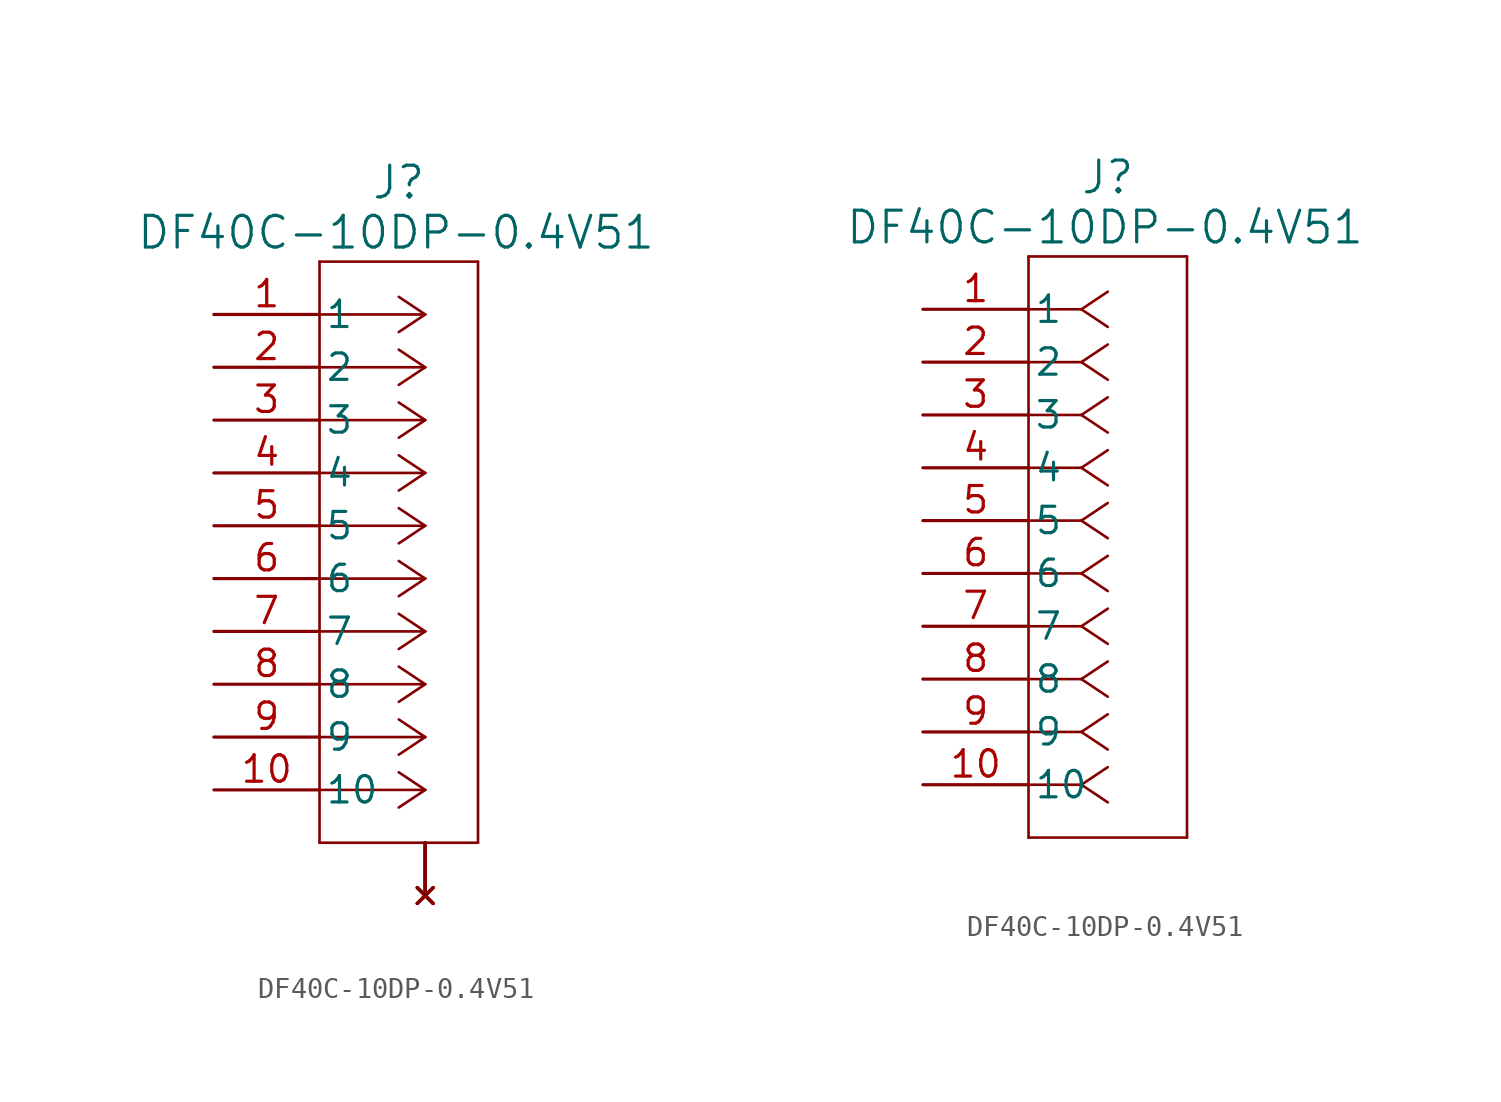
<source format=kicad_sym>
(kicad_symbol_lib
  (version 20231120)
  (generator "kicad_symbol_editor")
  (generator_version "8.0")
  (symbol "DF40C-10DP-0.4V51"
    (pin_names
      (offset 0.254))
    (property "Reference" "J"
      (at 8.89 6.35 0)
      (effects (font (size 1.524 1.524))))
    (property "Value" "DF40C-10DP-0.4V51"
      (at 8.757 3.939 0)
      (effects (font (size 1.524 1.524))))
    (property "ki_locked" ""
      (at 0 0 0)
      (effects (font (size 1.27 1.27))))
    (symbol "DF40C-10DP-0.4V51_1_1"
      (polyline (pts (xy 5.08 -25.4) (xy 12.7 -25.4)) (stroke (width 0.127) (type default)) (fill (type none)))
      (polyline (pts (xy 5.08 2.54) (xy 5.08 -25.4)) (stroke (width 0.127) (type default)) (fill (type none)))
      (polyline (pts (xy 10.16 -22.86) (xy 5.08 -22.86)) (stroke (width 0.127) (type default)) (fill (type none)))
      (polyline (pts (xy 10.16 -22.86) (xy 8.89 -23.707)) (stroke (width 0.127) (type default)) (fill (type none)))
      (polyline (pts (xy 10.16 -22.86) (xy 8.89 -22.013)) (stroke (width 0.127) (type default)) (fill (type none)))
      (polyline (pts (xy 10.16 -20.32) (xy 5.08 -20.32)) (stroke (width 0.127) (type default)) (fill (type none)))
      (polyline (pts (xy 10.16 -20.32) (xy 8.89 -21.167)) (stroke (width 0.127) (type default)) (fill (type none)))
      (polyline (pts (xy 10.16 -20.32) (xy 8.89 -19.473)) (stroke (width 0.127) (type default)) (fill (type none)))
      (polyline (pts (xy 10.16 -17.78) (xy 5.08 -17.78)) (stroke (width 0.127) (type default)) (fill (type none)))
      (polyline (pts (xy 10.16 -17.78) (xy 8.89 -18.627)) (stroke (width 0.127) (type default)) (fill (type none)))
      (polyline (pts (xy 10.16 -17.78) (xy 8.89 -16.933)) (stroke (width 0.127) (type default)) (fill (type none)))
      (polyline (pts (xy 10.16 -15.24) (xy 5.08 -15.24)) (stroke (width 0.127) (type default)) (fill (type none)))
      (polyline (pts (xy 10.16 -15.24) (xy 8.89 -16.087)) (stroke (width 0.127) (type default)) (fill (type none)))
      (polyline (pts (xy 10.16 -15.24) (xy 8.89 -14.393)) (stroke (width 0.127) (type default)) (fill (type none)))
      (polyline (pts (xy 10.16 -12.7) (xy 5.08 -12.7)) (stroke (width 0.127) (type default)) (fill (type none)))
      (polyline (pts (xy 10.16 -12.7) (xy 8.89 -13.547)) (stroke (width 0.127) (type default)) (fill (type none)))
      (polyline (pts (xy 10.16 -12.7) (xy 8.89 -11.853)) (stroke (width 0.127) (type default)) (fill (type none)))
      (polyline (pts (xy 10.16 -10.16) (xy 5.08 -10.16)) (stroke (width 0.127) (type default)) (fill (type none)))
      (polyline (pts (xy 10.16 -10.16) (xy 8.89 -11.007)) (stroke (width 0.127) (type default)) (fill (type none)))
      (polyline (pts (xy 10.16 -10.16) (xy 8.89 -9.313)) (stroke (width 0.127) (type default)) (fill (type none)))
      (polyline (pts (xy 10.16 -7.62) (xy 5.08 -7.62)) (stroke (width 0.127) (type default)) (fill (type none)))
      (polyline (pts (xy 10.16 -7.62) (xy 8.89 -8.467)) (stroke (width 0.127) (type default)) (fill (type none)))
      (polyline (pts (xy 10.16 -7.62) (xy 8.89 -6.773)) (stroke (width 0.127) (type default)) (fill (type none)))
      (polyline (pts (xy 10.16 -5.08) (xy 5.08 -5.08)) (stroke (width 0.127) (type default)) (fill (type none)))
      (polyline (pts (xy 10.16 -5.08) (xy 8.89 -5.927)) (stroke (width 0.127) (type default)) (fill (type none)))
      (polyline (pts (xy 10.16 -5.08) (xy 8.89 -4.233)) (stroke (width 0.127) (type default)) (fill (type none)))
      (polyline (pts (xy 10.16 -2.54) (xy 5.08 -2.54)) (stroke (width 0.127) (type default)) (fill (type none)))
      (polyline (pts (xy 10.16 -2.54) (xy 8.89 -3.387)) (stroke (width 0.127) (type default)) (fill (type none)))
      (polyline (pts (xy 10.16 -2.54) (xy 8.89 -1.693)) (stroke (width 0.127) (type default)) (fill (type none)))
      (polyline (pts (xy 10.16 0) (xy 5.08 0)) (stroke (width 0.127) (type default)) (fill (type none)))
      (polyline (pts (xy 10.16 0) (xy 8.89 -0.847)) (stroke (width 0.127) (type default)) (fill (type none)))
      (polyline (pts (xy 10.16 0) (xy 8.89 0.847)) (stroke (width 0.127) (type default)) (fill (type none)))
      (polyline (pts (xy 12.7 -25.4) (xy 12.7 2.54)) (stroke (width 0.127) (type default)) (fill (type none)))
      (polyline (pts (xy 12.7 2.54) (xy 5.08 2.54)) (stroke (width 0.127) (type default)) (fill (type none)))
      (pin no_connect line (at 10.16 -27.94 90) (length 2.54) (name "" (effects (font (size 1.27 1.27)))) (number "" (effects (font (size 1.27 1.27)))))
      (pin no_connect line (at 10.16 -27.94 90) (length 2.54) (name "" (effects (font (size 1.27 1.27)))) (number "" (effects (font (size 1.27 1.27)))))
      (pin no_connect line (at 10.16 -27.94 90) (length 2.54) (name "" (effects (font (size 1.27 1.27)))) (number "" (effects (font (size 1.27 1.27)))))
      (pin no_connect line (at 10.16 -27.94 90) (length 2.54) (name "" (effects (font (size 1.27 1.27)))) (number "" (effects (font (size 1.27 1.27)))))
      (pin unspecified line (at 0 0 0) (length 5.08) (name "1" (effects (font (size 1.27 1.27)))) (number "1" (effects (font (size 1.27 1.27)))))
      (pin unspecified line (at 0 -22.86 0) (length 5.08) (name "10" (effects (font (size 1.27 1.27)))) (number "10" (effects (font (size 1.27 1.27)))))
      (pin unspecified line (at 0 -2.54 0) (length 5.08) (name "2" (effects (font (size 1.27 1.27)))) (number "2" (effects (font (size 1.27 1.27)))))
      (pin unspecified line (at 0 -5.08 0) (length 5.08) (name "3" (effects (font (size 1.27 1.27)))) (number "3" (effects (font (size 1.27 1.27)))))
      (pin unspecified line (at 0 -7.62 0) (length 5.08) (name "4" (effects (font (size 1.27 1.27)))) (number "4" (effects (font (size 1.27 1.27)))))
      (pin unspecified line (at 0 -10.16 0) (length 5.08) (name "5" (effects (font (size 1.27 1.27)))) (number "5" (effects (font (size 1.27 1.27)))))
      (pin unspecified line (at 0 -12.7 0) (length 5.08) (name "6" (effects (font (size 1.27 1.27)))) (number "6" (effects (font (size 1.27 1.27)))))
      (pin unspecified line (at 0 -15.24 0) (length 5.08) (name "7" (effects (font (size 1.27 1.27)))) (number "7" (effects (font (size 1.27 1.27)))))
      (pin unspecified line (at 0 -17.78 0) (length 5.08) (name "8" (effects (font (size 1.27 1.27)))) (number "8" (effects (font (size 1.27 1.27)))))
      (pin unspecified line (at 0 -20.32 0) (length 5.08) (name "9" (effects (font (size 1.27 1.27)))) (number "9" (effects (font (size 1.27 1.27))))))
    (symbol "DF40C-10DP-0.4V51_1_2"
      (polyline (pts (xy 5.08 -25.4) (xy 12.7 -25.4)) (stroke (width 0.127) (type default)) (fill (type none)))
      (polyline (pts (xy 5.08 2.54) (xy 5.08 -25.4)) (stroke (width 0.127) (type default)) (fill (type none)))
      (polyline (pts (xy 7.62 -22.86) (xy 5.08 -22.86)) (stroke (width 0.127) (type default)) (fill (type none)))
      (polyline (pts (xy 7.62 -22.86) (xy 8.89 -23.707)) (stroke (width 0.127) (type default)) (fill (type none)))
      (polyline (pts (xy 7.62 -22.86) (xy 8.89 -22.013)) (stroke (width 0.127) (type default)) (fill (type none)))
      (polyline (pts (xy 7.62 -20.32) (xy 5.08 -20.32)) (stroke (width 0.127) (type default)) (fill (type none)))
      (polyline (pts (xy 7.62 -20.32) (xy 8.89 -21.167)) (stroke (width 0.127) (type default)) (fill (type none)))
      (polyline (pts (xy 7.62 -20.32) (xy 8.89 -19.473)) (stroke (width 0.127) (type default)) (fill (type none)))
      (polyline (pts (xy 7.62 -17.78) (xy 5.08 -17.78)) (stroke (width 0.127) (type default)) (fill (type none)))
      (polyline (pts (xy 7.62 -17.78) (xy 8.89 -18.627)) (stroke (width 0.127) (type default)) (fill (type none)))
      (polyline (pts (xy 7.62 -17.78) (xy 8.89 -16.933)) (stroke (width 0.127) (type default)) (fill (type none)))
      (polyline (pts (xy 7.62 -15.24) (xy 5.08 -15.24)) (stroke (width 0.127) (type default)) (fill (type none)))
      (polyline (pts (xy 7.62 -15.24) (xy 8.89 -16.087)) (stroke (width 0.127) (type default)) (fill (type none)))
      (polyline (pts (xy 7.62 -15.24) (xy 8.89 -14.393)) (stroke (width 0.127) (type default)) (fill (type none)))
      (polyline (pts (xy 7.62 -12.7) (xy 5.08 -12.7)) (stroke (width 0.127) (type default)) (fill (type none)))
      (polyline (pts (xy 7.62 -12.7) (xy 8.89 -13.547)) (stroke (width 0.127) (type default)) (fill (type none)))
      (polyline (pts (xy 7.62 -12.7) (xy 8.89 -11.853)) (stroke (width 0.127) (type default)) (fill (type none)))
      (polyline (pts (xy 7.62 -10.16) (xy 5.08 -10.16)) (stroke (width 0.127) (type default)) (fill (type none)))
      (polyline (pts (xy 7.62 -10.16) (xy 8.89 -11.007)) (stroke (width 0.127) (type default)) (fill (type none)))
      (polyline (pts (xy 7.62 -10.16) (xy 8.89 -9.313)) (stroke (width 0.127) (type default)) (fill (type none)))
      (polyline (pts (xy 7.62 -7.62) (xy 5.08 -7.62)) (stroke (width 0.127) (type default)) (fill (type none)))
      (polyline (pts (xy 7.62 -7.62) (xy 8.89 -8.467)) (stroke (width 0.127) (type default)) (fill (type none)))
      (polyline (pts (xy 7.62 -7.62) (xy 8.89 -6.773)) (stroke (width 0.127) (type default)) (fill (type none)))
      (polyline (pts (xy 7.62 -5.08) (xy 5.08 -5.08)) (stroke (width 0.127) (type default)) (fill (type none)))
      (polyline (pts (xy 7.62 -5.08) (xy 8.89 -5.927)) (stroke (width 0.127) (type default)) (fill (type none)))
      (polyline (pts (xy 7.62 -5.08) (xy 8.89 -4.233)) (stroke (width 0.127) (type default)) (fill (type none)))
      (polyline (pts (xy 7.62 -2.54) (xy 5.08 -2.54)) (stroke (width 0.127) (type default)) (fill (type none)))
      (polyline (pts (xy 7.62 -2.54) (xy 8.89 -3.387)) (stroke (width 0.127) (type default)) (fill (type none)))
      (polyline (pts (xy 7.62 -2.54) (xy 8.89 -1.693)) (stroke (width 0.127) (type default)) (fill (type none)))
      (polyline (pts (xy 7.62 0) (xy 5.08 0)) (stroke (width 0.127) (type default)) (fill (type none)))
      (polyline (pts (xy 7.62 0) (xy 8.89 -0.847)) (stroke (width 0.127) (type default)) (fill (type none)))
      (polyline (pts (xy 7.62 0) (xy 8.89 0.847)) (stroke (width 0.127) (type default)) (fill (type none)))
      (polyline (pts (xy 12.7 -25.4) (xy 12.7 2.54)) (stroke (width 0.127) (type default)) (fill (type none)))
      (polyline (pts (xy 12.7 2.54) (xy 5.08 2.54)) (stroke (width 0.127) (type default)) (fill (type none)))
      (pin unspecified line (at 0 0 0) (length 5.08) (name "1" (effects (font (size 1.27 1.27)))) (number "1" (effects (font (size 1.27 1.27)))))
      (pin unspecified line (at 0 -22.86 0) (length 5.08) (name "10" (effects (font (size 1.27 1.27)))) (number "10" (effects (font (size 1.27 1.27)))))
      (pin unspecified line (at 0 -2.54 0) (length 5.08) (name "2" (effects (font (size 1.27 1.27)))) (number "2" (effects (font (size 1.27 1.27)))))
      (pin unspecified line (at 0 -5.08 0) (length 5.08) (name "3" (effects (font (size 1.27 1.27)))) (number "3" (effects (font (size 1.27 1.27)))))
      (pin unspecified line (at 0 -7.62 0) (length 5.08) (name "4" (effects (font (size 1.27 1.27)))) (number "4" (effects (font (size 1.27 1.27)))))
      (pin unspecified line (at 0 -10.16 0) (length 5.08) (name "5" (effects (font (size 1.27 1.27)))) (number "5" (effects (font (size 1.27 1.27)))))
      (pin unspecified line (at 0 -12.7 0) (length 5.08) (name "6" (effects (font (size 1.27 1.27)))) (number "6" (effects (font (size 1.27 1.27)))))
      (pin unspecified line (at 0 -15.24 0) (length 5.08) (name "7" (effects (font (size 1.27 1.27)))) (number "7" (effects (font (size 1.27 1.27)))))
      (pin unspecified line (at 0 -17.78 0) (length 5.08) (name "8" (effects (font (size 1.27 1.27)))) (number "8" (effects (font (size 1.27 1.27)))))
      (pin unspecified line (at 0 -20.32 0) (length 5.08) (name "9" (effects (font (size 1.27 1.27)))) (number "9" (effects (font (size 1.27 1.27))))))))
</source>
